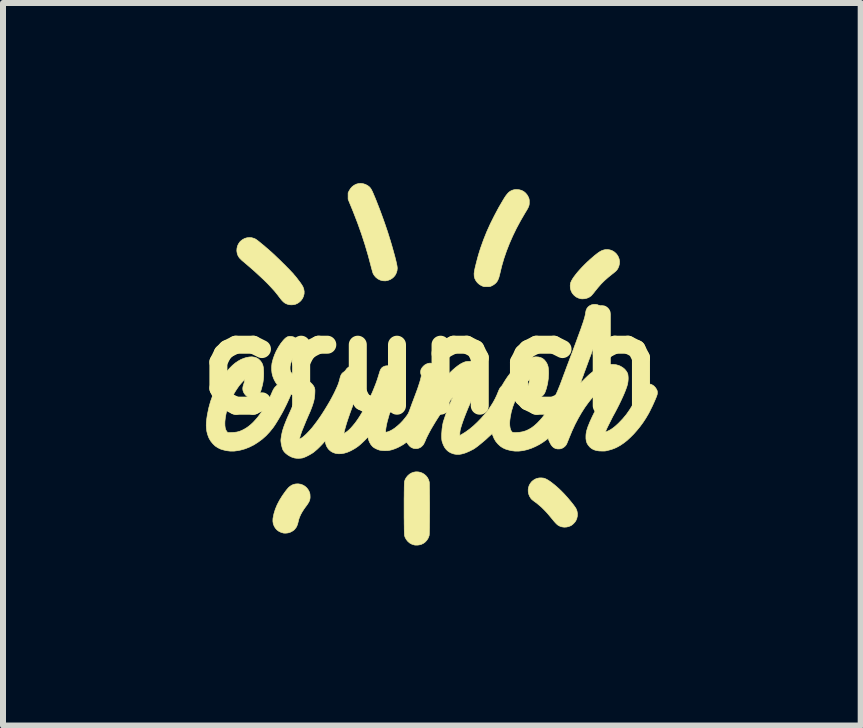
<source format=kicad_pcb>
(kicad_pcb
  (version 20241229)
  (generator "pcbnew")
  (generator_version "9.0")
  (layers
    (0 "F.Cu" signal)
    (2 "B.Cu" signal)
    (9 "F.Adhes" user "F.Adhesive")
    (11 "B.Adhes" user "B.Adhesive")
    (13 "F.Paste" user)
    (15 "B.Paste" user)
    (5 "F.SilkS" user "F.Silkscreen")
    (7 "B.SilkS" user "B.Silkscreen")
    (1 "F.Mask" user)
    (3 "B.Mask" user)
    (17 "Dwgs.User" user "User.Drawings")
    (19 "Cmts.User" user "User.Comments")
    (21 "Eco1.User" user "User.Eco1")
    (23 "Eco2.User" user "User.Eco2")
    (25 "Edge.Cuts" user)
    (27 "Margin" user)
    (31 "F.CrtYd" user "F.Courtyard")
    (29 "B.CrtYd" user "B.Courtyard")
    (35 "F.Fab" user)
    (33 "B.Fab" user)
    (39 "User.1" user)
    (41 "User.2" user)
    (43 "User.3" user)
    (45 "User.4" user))
  (footprint "crunch"
    (layer "F.Cu")
    (at 4.144 3.019)
    (property "Reference" "crunch" (at 0 0 0) (layer "F.SilkS") (effects (font (size 1.524 1.524) (thickness 0.3))))
    (attr through_hole)
    (fp_poly (pts (xy 2.967 -1.906) (xy 3.004 -1.893) (xy 3.038 -1.873) (xy 3.068 -1.847) (xy 3.092 -1.816) (xy 3.104 -1.795) (xy 3.12 -1.755) (xy 3.127 -1.714) (xy 3.125 -1.674) (xy 3.115 -1.633) (xy 3.105 -1.61) (xy 3.097 -1.593) (xy 3.087 -1.578) (xy 3.076 -1.564) (xy 3.062 -1.55) (xy 3.043 -1.534) (xy 3.02 -1.515) (xy 3.003 -1.502) (xy 2.936 -1.448) (xy 2.875 -1.394) (xy 2.819 -1.338) (xy 2.766 -1.277) (xy 2.715 -1.214) (xy 2.699 -1.193) (xy 2.683 -1.174) (xy 2.669 -1.158) (xy 2.658 -1.145) (xy 2.653 -1.14) (xy 2.621 -1.118) (xy 2.585 -1.102) (xy 2.547 -1.093) (xy 2.508 -1.09) (xy 2.482 -1.092) (xy 2.441 -1.104) (xy 2.404 -1.122) (xy 2.371 -1.148) (xy 2.344 -1.179) (xy 2.332 -1.198) (xy 2.316 -1.234) (xy 2.307 -1.272) (xy 2.305 -1.312) (xy 2.31 -1.35) (xy 2.315 -1.367) (xy 2.327 -1.393) (xy 2.344 -1.423) (xy 2.367 -1.457) (xy 2.395 -1.494) (xy 2.427 -1.534) (xy 2.463 -1.575) (xy 2.502 -1.617) (xy 2.543 -1.659) (xy 2.586 -1.701) (xy 2.629 -1.741) (xy 2.674 -1.78) (xy 2.717 -1.817) (xy 2.76 -1.85) (xy 2.776 -1.862) (xy 2.806 -1.881) (xy 2.833 -1.895) (xy 2.86 -1.904) (xy 2.89 -1.911) (xy 2.929 -1.912) (xy 2.967 -1.906)) (stroke (width 0.01) (type solid)) (fill yes) (layer "F.SilkS"))
    (fp_poly (pts (xy -2.188 1.997) (xy -2.151 2.01) (xy -2.116 2.03) (xy -2.086 2.056) (xy -2.061 2.088) (xy -2.046 2.115) (xy -2.038 2.134) (xy -2.033 2.15) (xy -2.03 2.167) (xy -2.029 2.187) (xy -2.028 2.214) (xy -2.03 2.238) (xy -2.035 2.26) (xy -2.043 2.282) (xy -2.056 2.306) (xy -2.073 2.333) (xy -2.095 2.364) (xy -2.096 2.364) (xy -2.131 2.413) (xy -2.16 2.458) (xy -2.183 2.5) (xy -2.201 2.54) (xy -2.215 2.578) (xy -2.221 2.601) (xy -2.229 2.634) (xy -2.236 2.66) (xy -2.243 2.68) (xy -2.25 2.697) (xy -2.257 2.711) (xy -2.265 2.723) (xy -2.267 2.725) (xy -2.281 2.743) (xy -2.293 2.757) (xy -2.307 2.768) (xy -2.324 2.779) (xy -2.33 2.783) (xy -2.362 2.799) (xy -2.398 2.809) (xy -2.434 2.813) (xy -2.468 2.812) (xy -2.472 2.811) (xy -2.513 2.799) (xy -2.55 2.781) (xy -2.582 2.757) (xy -2.608 2.727) (xy -2.628 2.693) (xy -2.642 2.655) (xy -2.648 2.615) (xy -2.647 2.572) (xy -2.646 2.564) (xy -2.631 2.49) (xy -2.608 2.415) (xy -2.577 2.34) (xy -2.538 2.265) (xy -2.49 2.188) (xy -2.435 2.111) (xy -2.416 2.087) (xy -2.388 2.054) (xy -2.359 2.03) (xy -2.329 2.011) (xy -2.296 1.999) (xy -2.268 1.993) (xy -2.228 1.991) (xy -2.188 1.997)) (stroke (width 0.01) (type solid)) (fill yes) (layer "F.SilkS"))
    (fp_poly (pts (xy -1.145 -3.009) (xy -1.106 -2.997) (xy -1.068 -2.977) (xy -1.058 -2.969) (xy -1.042 -2.957) (xy -1.028 -2.942) (xy -1.015 -2.924) (xy -1.002 -2.901) (xy -0.988 -2.873) (xy -0.973 -2.838) (xy -0.971 -2.833) (xy -0.938 -2.755) (xy -0.905 -2.671) (xy -0.871 -2.584) (xy -0.838 -2.495) (xy -0.806 -2.407) (xy -0.776 -2.321) (xy -0.754 -2.256) (xy -0.734 -2.197) (xy -0.715 -2.136) (xy -0.696 -2.075) (xy -0.678 -2.015) (xy -0.661 -1.957) (xy -0.645 -1.9) (xy -0.63 -1.846) (xy -0.616 -1.795) (xy -0.604 -1.748) (xy -0.594 -1.706) (xy -0.586 -1.67) (xy -0.58 -1.639) (xy -0.577 -1.615) (xy -0.576 -1.6) (xy -0.58 -1.56) (xy -0.592 -1.522) (xy -0.61 -1.486) (xy -0.635 -1.455) (xy -0.666 -1.429) (xy -0.695 -1.412) (xy -0.735 -1.397) (xy -0.774 -1.39) (xy -0.813 -1.392) (xy -0.821 -1.393) (xy -0.862 -1.404) (xy -0.899 -1.423) (xy -0.931 -1.448) (xy -0.959 -1.48) (xy -0.977 -1.51) (xy -0.981 -1.519) (xy -0.986 -1.535) (xy -0.992 -1.556) (xy -0.999 -1.581) (xy -1.007 -1.61) (xy -1.012 -1.63) (xy -1.06 -1.811) (xy -1.113 -1.991) (xy -1.172 -2.172) (xy -1.237 -2.355) (xy -1.309 -2.541) (xy -1.352 -2.646) (xy -1.395 -2.75) (xy -1.395 -2.803) (xy -1.395 -2.856) (xy -1.377 -2.892) (xy -1.354 -2.929) (xy -1.327 -2.959) (xy -1.295 -2.983) (xy -1.26 -3.001) (xy -1.223 -3.011) (xy -1.184 -3.014) (xy -1.145 -3.009)) (stroke (width 0.01) (type solid)) (fill yes) (layer "F.SilkS"))
    (fp_poly (pts (xy 1.856 1.895) (xy 1.88 1.901) (xy 1.905 1.912) (xy 1.934 1.928) (xy 1.968 1.95) (xy 2.004 1.977) (xy 2.042 2.007) (xy 2.082 2.041) (xy 2.122 2.077) (xy 2.162 2.116) (xy 2.201 2.156) (xy 2.205 2.16) (xy 2.233 2.191) (xy 2.261 2.222) (xy 2.288 2.254) (xy 2.315 2.286) (xy 2.339 2.316) (xy 2.361 2.344) (xy 2.379 2.369) (xy 2.393 2.389) (xy 2.402 2.404) (xy 2.402 2.404) (xy 2.418 2.444) (xy 2.425 2.485) (xy 2.424 2.527) (xy 2.415 2.568) (xy 2.401 2.601) (xy 2.388 2.622) (xy 2.37 2.643) (xy 2.349 2.664) (xy 2.327 2.681) (xy 2.316 2.688) (xy 2.281 2.702) (xy 2.243 2.711) (xy 2.204 2.713) (xy 2.168 2.708) (xy 2.164 2.707) (xy 2.141 2.7) (xy 2.119 2.69) (xy 2.099 2.678) (xy 2.08 2.662) (xy 2.059 2.641) (xy 2.036 2.615) (xy 2.019 2.594) (xy 1.974 2.54) (xy 1.934 2.492) (xy 1.895 2.449) (xy 1.858 2.411) (xy 1.822 2.376) (xy 1.784 2.344) (xy 1.746 2.312) (xy 1.704 2.282) (xy 1.702 2.28) (xy 1.685 2.267) (xy 1.668 2.253) (xy 1.655 2.24) (xy 1.651 2.235) (xy 1.629 2.2) (xy 1.614 2.163) (xy 1.606 2.125) (xy 1.605 2.087) (xy 1.611 2.05) (xy 1.623 2.014) (xy 1.642 1.982) (xy 1.666 1.952) (xy 1.696 1.928) (xy 1.731 1.908) (xy 1.752 1.901) (xy 1.786 1.893) (xy 1.821 1.892) (xy 1.856 1.895)) (stroke (width 0.01) (type solid)) (fill yes) (layer "F.SilkS"))
    (fp_poly (pts (xy -0.229 1.792) (xy -0.193 1.799) (xy -0.159 1.812) (xy -0.127 1.831) (xy -0.098 1.856) (xy -0.074 1.886) (xy -0.055 1.921) (xy -0.045 1.954) (xy -0.043 1.962) (xy -0.042 1.979) (xy -0.041 2.003) (xy -0.041 2.033) (xy -0.04 2.068) (xy -0.039 2.109) (xy -0.039 2.153) (xy -0.038 2.201) (xy -0.038 2.252) (xy -0.037 2.305) (xy -0.037 2.359) (xy -0.037 2.413) (xy -0.037 2.468) (xy -0.038 2.521) (xy -0.038 2.573) (xy -0.038 2.623) (xy -0.039 2.669) (xy -0.039 2.712) (xy -0.04 2.751) (xy -0.041 2.784) (xy -0.042 2.812) (xy -0.043 2.832) (xy -0.044 2.846) (xy -0.044 2.85) (xy -0.059 2.891) (xy -0.08 2.926) (xy -0.107 2.957) (xy -0.138 2.981) (xy -0.174 2.999) (xy -0.214 3.009) (xy -0.239 3.012) (xy -0.258 3.012) (xy -0.276 3.012) (xy -0.289 3.01) (xy -0.29 3.01) (xy -0.332 2.997) (xy -0.369 2.977) (xy -0.4 2.95) (xy -0.426 2.918) (xy -0.446 2.881) (xy -0.455 2.853) (xy -0.456 2.844) (xy -0.457 2.828) (xy -0.458 2.805) (xy -0.459 2.775) (xy -0.46 2.74) (xy -0.46 2.7) (xy -0.461 2.655) (xy -0.461 2.608) (xy -0.462 2.557) (xy -0.462 2.504) (xy -0.462 2.45) (xy -0.462 2.396) (xy -0.462 2.341) (xy -0.462 2.287) (xy -0.462 2.235) (xy -0.461 2.185) (xy -0.461 2.138) (xy -0.46 2.094) (xy -0.46 2.055) (xy -0.459 2.021) (xy -0.458 1.993) (xy -0.457 1.971) (xy -0.456 1.956) (xy -0.455 1.95) (xy -0.444 1.918) (xy -0.427 1.888) (xy -0.404 1.859) (xy -0.402 1.857) (xy -0.372 1.83) (xy -0.338 1.81) (xy -0.302 1.797) (xy -0.266 1.791) (xy -0.229 1.792)) (stroke (width 0.01) (type solid)) (fill yes) (layer "F.SilkS"))
    (fp_poly (pts (xy -3 -2.109) (xy -2.96 -2.097) (xy -2.938 -2.087) (xy -2.926 -2.079) (xy -2.909 -2.067) (xy -2.887 -2.05) (xy -2.86 -2.028) (xy -2.83 -2.003) (xy -2.796 -1.976) (xy -2.761 -1.945) (xy -2.723 -1.913) (xy -2.685 -1.879) (xy -2.673 -1.869) (xy -2.647 -1.845) (xy -2.617 -1.817) (xy -2.585 -1.786) (xy -2.55 -1.753) (xy -2.514 -1.718) (xy -2.478 -1.682) (xy -2.442 -1.647) (xy -2.408 -1.612) (xy -2.376 -1.58) (xy -2.348 -1.55) (xy -2.323 -1.524) (xy -2.304 -1.503) (xy -2.299 -1.496) (xy -2.273 -1.466) (xy -2.248 -1.435) (xy -2.224 -1.403) (xy -2.201 -1.373) (xy -2.181 -1.345) (xy -2.165 -1.321) (xy -2.153 -1.301) (xy -2.148 -1.293) (xy -2.134 -1.254) (xy -2.127 -1.214) (xy -2.128 -1.174) (xy -2.138 -1.135) (xy -2.154 -1.098) (xy -2.178 -1.065) (xy -2.188 -1.054) (xy -2.217 -1.029) (xy -2.245 -1.012) (xy -2.276 -0.999) (xy -2.284 -0.997) (xy -2.308 -0.993) (xy -2.336 -0.991) (xy -2.364 -0.992) (xy -2.388 -0.996) (xy -2.392 -0.997) (xy -2.421 -1.007) (xy -2.447 -1.02) (xy -2.472 -1.039) (xy -2.496 -1.063) (xy -2.521 -1.093) (xy -2.534 -1.111) (xy -2.574 -1.163) (xy -2.62 -1.22) (xy -2.674 -1.279) (xy -2.734 -1.343) (xy -2.801 -1.409) (xy -2.875 -1.478) (xy -2.954 -1.551) (xy -3.039 -1.625) (xy -3.13 -1.703) (xy -3.146 -1.716) (xy -3.165 -1.732) (xy -3.182 -1.749) (xy -3.197 -1.764) (xy -3.208 -1.776) (xy -3.209 -1.777) (xy -3.23 -1.812) (xy -3.243 -1.85) (xy -3.249 -1.889) (xy -3.247 -1.928) (xy -3.239 -1.966) (xy -3.223 -2.003) (xy -3.2 -2.037) (xy -3.187 -2.051) (xy -3.154 -2.077) (xy -3.118 -2.097) (xy -3.08 -2.108) (xy -3.04 -2.112) (xy -3 -2.109)) (stroke (width 0.01) (type solid)) (fill yes) (layer "F.SilkS"))
    (fp_poly (pts (xy 1.456 -2.908) (xy 1.496 -2.897) (xy 1.532 -2.878) (xy 1.563 -2.852) (xy 1.589 -2.82) (xy 1.61 -2.782) (xy 1.613 -2.774) (xy 1.618 -2.76) (xy 1.621 -2.747) (xy 1.623 -2.731) (xy 1.623 -2.709) (xy 1.623 -2.703) (xy 1.623 -2.684) (xy 1.622 -2.668) (xy 1.62 -2.653) (xy 1.615 -2.637) (xy 1.609 -2.621) (xy 1.6 -2.602) (xy 1.588 -2.58) (xy 1.572 -2.553) (xy 1.554 -2.524) (xy 1.478 -2.393) (xy 1.409 -2.265) (xy 1.348 -2.139) (xy 1.293 -2.014) (xy 1.244 -1.889) (xy 1.201 -1.764) (xy 1.164 -1.637) (xy 1.133 -1.508) (xy 1.128 -1.488) (xy 1.116 -1.443) (xy 1.101 -1.406) (xy 1.083 -1.374) (xy 1.059 -1.348) (xy 1.031 -1.326) (xy 1.004 -1.311) (xy 0.988 -1.303) (xy 0.976 -1.298) (xy 0.964 -1.295) (xy 0.95 -1.294) (xy 0.932 -1.293) (xy 0.924 -1.293) (xy 0.904 -1.293) (xy 0.886 -1.293) (xy 0.873 -1.293) (xy 0.868 -1.294) (xy 0.859 -1.297) (xy 0.846 -1.302) (xy 0.829 -1.309) (xy 0.823 -1.312) (xy 0.788 -1.334) (xy 0.758 -1.361) (xy 0.734 -1.393) (xy 0.716 -1.428) (xy 0.706 -1.466) (xy 0.704 -1.506) (xy 0.704 -1.513) (xy 0.707 -1.536) (xy 0.712 -1.566) (xy 0.719 -1.602) (xy 0.729 -1.643) (xy 0.74 -1.687) (xy 0.752 -1.734) (xy 0.765 -1.783) (xy 0.779 -1.832) (xy 0.794 -1.881) (xy 0.809 -1.928) (xy 0.815 -1.946) (xy 0.862 -2.077) (xy 0.915 -2.209) (xy 0.975 -2.342) (xy 1.042 -2.476) (xy 1.115 -2.613) (xy 1.191 -2.743) (xy 1.215 -2.782) (xy 1.237 -2.814) (xy 1.258 -2.84) (xy 1.277 -2.861) (xy 1.297 -2.877) (xy 1.318 -2.89) (xy 1.341 -2.9) (xy 1.359 -2.906) (xy 1.375 -2.909) (xy 1.395 -2.912) (xy 1.414 -2.912) (xy 1.456 -2.908)) (stroke (width 0.01) (type solid)) (fill yes) (layer "F.SilkS"))
    (fp_poly (pts (xy 2.755 -0.994) (xy 2.766 -0.99) (xy 2.796 -0.976) (xy 2.821 -0.958) (xy 2.841 -0.936) (xy 2.855 -0.909) (xy 2.863 -0.878) (xy 2.867 -0.842) (xy 2.864 -0.8) (xy 2.857 -0.753) (xy 2.844 -0.7) (xy 2.826 -0.641) (xy 2.809 -0.593) (xy 2.804 -0.58) (xy 2.797 -0.56) (xy 2.787 -0.534) (xy 2.775 -0.501) (xy 2.761 -0.463) (xy 2.745 -0.42) (xy 2.728 -0.373) (xy 2.709 -0.323) (xy 2.69 -0.269) (xy 2.669 -0.213) (xy 2.648 -0.156) (xy 2.631 -0.112) (xy 2.61 -0.055) (xy 2.59 0.000316) (xy 2.571 0.052) (xy 2.553 0.101) (xy 2.536 0.146) (xy 2.522 0.187) (xy 2.508 0.223) (xy 2.497 0.253) (xy 2.488 0.278) (xy 2.482 0.296) (xy 2.478 0.307) (xy 2.477 0.311) (xy 2.479 0.308) (xy 2.487 0.301) (xy 2.5 0.289) (xy 2.515 0.274) (xy 2.534 0.255) (xy 2.547 0.242) (xy 2.589 0.201) (xy 2.627 0.166) (xy 2.663 0.137) (xy 2.698 0.111) (xy 2.734 0.088) (xy 2.771 0.067) (xy 2.789 0.057) (xy 2.847 0.031) (xy 2.905 0.013) (xy 2.961 0.003) (xy 3.015 0.001) (xy 3.066 0.006) (xy 3.116 0.02) (xy 3.143 0.032) (xy 3.18 0.054) (xy 3.213 0.081) (xy 3.239 0.113) (xy 3.259 0.147) (xy 3.261 0.152) (xy 3.266 0.172) (xy 3.269 0.198) (xy 3.271 0.227) (xy 3.27 0.259) (xy 3.267 0.29) (xy 3.262 0.319) (xy 3.261 0.327) (xy 3.249 0.369) (xy 3.232 0.417) (xy 3.211 0.471) (xy 3.185 0.531) (xy 3.155 0.596) (xy 3.122 0.665) (xy 3.085 0.738) (xy 3.045 0.814) (xy 3.034 0.834) (xy 3.02 0.859) (xy 3.005 0.888) (xy 2.989 0.92) (xy 2.973 0.952) (xy 2.957 0.984) (xy 2.941 1.015) (xy 2.927 1.044) (xy 2.915 1.069) (xy 2.906 1.09) (xy 2.899 1.105) (xy 2.898 1.11) (xy 2.895 1.118) (xy 2.895 1.123) (xy 2.898 1.125) (xy 2.905 1.124) (xy 2.918 1.118) (xy 2.937 1.109) (xy 2.946 1.105) (xy 2.975 1.09) (xy 3.002 1.072) (xy 3.03 1.052) (xy 3.06 1.027) (xy 3.093 0.997) (xy 3.115 0.976) (xy 3.18 0.908) (xy 3.24 0.836) (xy 3.294 0.759) (xy 3.344 0.678) (xy 3.389 0.59) (xy 3.431 0.495) (xy 3.442 0.468) (xy 3.45 0.449) (xy 3.458 0.43) (xy 3.465 0.415) (xy 3.469 0.409) (xy 3.486 0.386) (xy 3.508 0.364) (xy 3.532 0.345) (xy 3.54 0.341) (xy 3.551 0.335) (xy 3.561 0.331) (xy 3.572 0.329) (xy 3.588 0.328) (xy 3.603 0.328) (xy 3.623 0.329) (xy 3.638 0.33) (xy 3.65 0.333) (xy 3.662 0.338) (xy 3.667 0.34) (xy 3.698 0.36) (xy 3.723 0.386) (xy 3.742 0.415) (xy 3.75 0.431) (xy 3.755 0.445) (xy 3.756 0.459) (xy 3.757 0.472) (xy 3.756 0.484) (xy 3.755 0.495) (xy 3.753 0.506) (xy 3.748 0.52) (xy 3.742 0.538) (xy 3.732 0.562) (xy 3.73 0.567) (xy 3.713 0.607) (xy 3.693 0.652) (xy 3.672 0.698) (xy 3.649 0.744) (xy 3.628 0.787) (xy 3.608 0.825) (xy 3.606 0.828) (xy 3.564 0.899) (xy 3.518 0.969) (xy 3.468 1.037) (xy 3.416 1.101) (xy 3.362 1.162) (xy 3.307 1.217) (xy 3.252 1.268) (xy 3.197 1.311) (xy 3.144 1.347) (xy 3.139 1.35) (xy 3.104 1.37) (xy 3.072 1.387) (xy 3.039 1.401) (xy 3.004 1.414) (xy 2.964 1.426) (xy 2.944 1.431) (xy 2.922 1.437) (xy 2.904 1.441) (xy 2.887 1.444) (xy 2.868 1.445) (xy 2.845 1.445) (xy 2.836 1.445) (xy 2.785 1.443) (xy 2.74 1.436) (xy 2.701 1.424) (xy 2.666 1.406) (xy 2.636 1.383) (xy 2.63 1.376) (xy 2.604 1.346) (xy 2.585 1.314) (xy 2.573 1.278) (xy 2.567 1.238) (xy 2.567 1.194) (xy 2.568 1.171) (xy 2.571 1.147) (xy 2.576 1.122) (xy 2.582 1.096) (xy 2.591 1.068) (xy 2.601 1.037) (xy 2.615 1.003) (xy 2.63 0.965) (xy 2.649 0.923) (xy 2.67 0.877) (xy 2.695 0.826) (xy 2.723 0.77) (xy 2.754 0.707) (xy 2.789 0.639) (xy 2.829 0.563) (xy 2.829 0.562) (xy 2.848 0.527) (xy 2.865 0.493) (xy 2.881 0.461) (xy 2.895 0.433) (xy 2.907 0.409) (xy 2.916 0.39) (xy 2.922 0.377) (xy 2.924 0.374) (xy 2.93 0.358) (xy 2.936 0.343) (xy 2.941 0.333) (xy 2.945 0.325) (xy 2.944 0.322) (xy 2.939 0.323) (xy 2.938 0.323) (xy 2.919 0.331) (xy 2.896 0.345) (xy 2.869 0.364) (xy 2.839 0.389) (xy 2.806 0.417) (xy 2.772 0.45) (xy 2.737 0.486) (xy 2.702 0.524) (xy 2.667 0.563) (xy 2.633 0.605) (xy 2.609 0.635) (xy 2.549 0.718) (xy 2.492 0.807) (xy 2.438 0.901) (xy 2.385 1.002) (xy 2.335 1.11) (xy 2.287 1.226) (xy 2.276 1.254) (xy 2.264 1.283) (xy 2.255 1.305) (xy 2.248 1.322) (xy 2.241 1.335) (xy 2.235 1.345) (xy 2.228 1.354) (xy 2.223 1.36) (xy 2.196 1.384) (xy 2.167 1.4) (xy 2.135 1.409) (xy 2.133 1.409) (xy 2.096 1.41) (xy 2.063 1.404) (xy 2.034 1.39) (xy 2.008 1.369) (xy 1.986 1.34) (xy 1.967 1.306) (xy 1.958 1.287) (xy 1.95 1.269) (xy 1.945 1.255) (xy 1.943 1.249) (xy 1.938 1.233) (xy 1.912 1.254) (xy 1.854 1.296) (xy 1.792 1.335) (xy 1.726 1.369) (xy 1.659 1.398) (xy 1.593 1.42) (xy 1.587 1.422) (xy 1.517 1.438) (xy 1.45 1.446) (xy 1.385 1.446) (xy 1.321 1.438) (xy 1.258 1.422) (xy 1.222 1.41) (xy 1.18 1.39) (xy 1.141 1.364) (xy 1.104 1.33) (xy 1.1 1.326) (xy 1.065 1.284) (xy 1.038 1.239) (xy 1.019 1.194) (xy 1.013 1.178) (xy 1.008 1.165) (xy 1.005 1.157) (xy 1.005 1.156) (xy 1.001 1.158) (xy 0.993 1.166) (xy 0.98 1.177) (xy 0.965 1.191) (xy 0.947 1.207) (xy 0.898 1.253) (xy 0.848 1.295) (xy 0.801 1.334) (xy 0.757 1.369) (xy 0.717 1.398) (xy 0.712 1.401) (xy 0.69 1.415) (xy 0.662 1.429) (xy 0.631 1.445) (xy 0.599 1.459) (xy 0.569 1.472) (xy 0.543 1.481) (xy 0.496 1.494) (xy 0.453 1.501) (xy 0.413 1.501) (xy 0.374 1.495) (xy 0.352 1.489) (xy 0.31 1.473) (xy 0.273 1.45) (xy 0.241 1.421) (xy 0.214 1.386) (xy 0.192 1.344) (xy 0.174 1.295) (xy 0.17 1.282) (xy 0.166 1.259) (xy 0.164 1.23) (xy 0.163 1.195) (xy 0.164 1.157) (xy 0.167 1.117) (xy 0.17 1.076) (xy 0.176 1.036) (xy 0.182 0.998) (xy 0.189 0.965) (xy 0.192 0.955) (xy 0.208 0.905) (xy 0.227 0.848) (xy 0.249 0.787) (xy 0.275 0.723) (xy 0.302 0.656) (xy 0.321 0.612) (xy 0.33 0.592) (xy 0.337 0.574) (xy 0.343 0.561) (xy 0.345 0.553) (xy 0.345 0.551) (xy 0.343 0.554) (xy 0.335 0.563) (xy 0.324 0.577) (xy 0.311 0.595) (xy 0.294 0.616) (xy 0.277 0.64) (xy 0.258 0.665) (xy 0.239 0.691) (xy 0.22 0.717) (xy 0.202 0.742) (xy 0.186 0.765) (xy 0.179 0.775) (xy 0.139 0.834) (xy 0.099 0.895) (xy 0.061 0.955) (xy 0.025 1.015) (xy -0.009 1.072) (xy -0.039 1.127) (xy -0.065 1.177) (xy -0.088 1.223) (xy -0.102 1.255) (xy -0.114 1.284) (xy -0.125 1.307) (xy -0.134 1.325) (xy -0.143 1.339) (xy -0.152 1.351) (xy -0.156 1.355) (xy -0.182 1.379) (xy -0.213 1.395) (xy -0.245 1.404) (xy -0.28 1.404) (xy -0.309 1.399) (xy -0.333 1.389) (xy -0.355 1.376) (xy -0.375 1.358) (xy -0.395 1.333) (xy -0.406 1.318) (xy -0.421 1.296) (xy -0.436 1.308) (xy -0.476 1.336) (xy -0.521 1.362) (xy -0.569 1.387) (xy -0.617 1.407) (xy -0.664 1.423) (xy -0.706 1.433) (xy -0.732 1.437) (xy -0.764 1.438) (xy -0.797 1.438) (xy -0.829 1.436) (xy -0.858 1.432) (xy -0.874 1.429) (xy -0.902 1.419) (xy -0.93 1.407) (xy -0.956 1.393) (xy -0.978 1.378) (xy -0.988 1.369) (xy -1.016 1.336) (xy -1.038 1.298) (xy -1.054 1.258) (xy -1.059 1.236) (xy -1.064 1.211) (xy -1.121 1.269) (xy -1.16 1.306) (xy -1.195 1.338) (xy -1.229 1.366) (xy -1.265 1.391) (xy -1.297 1.411) (xy -1.352 1.441) (xy -1.405 1.464) (xy -1.457 1.48) (xy -1.507 1.489) (xy -1.555 1.49) (xy -1.599 1.485) (xy -1.64 1.472) (xy -1.678 1.452) (xy -1.711 1.424) (xy -1.712 1.424) (xy -1.735 1.395) (xy -1.755 1.361) (xy -1.768 1.324) (xy -1.771 1.311) (xy -1.775 1.296) (xy -1.777 1.285) (xy -1.779 1.28) (xy -1.779 1.28) (xy -1.782 1.283) (xy -1.79 1.29) (xy -1.8 1.302) (xy -1.808 1.311) (xy -1.83 1.335) (xy -1.855 1.361) (xy -1.882 1.388) (xy -1.91 1.415) (xy -1.937 1.438) (xy -1.961 1.458) (xy -1.98 1.473) (xy -2.008 1.49) (xy -2.038 1.508) (xy -2.069 1.524) (xy -2.099 1.539) (xy -2.126 1.55) (xy -2.148 1.558) (xy -2.154 1.56) (xy -2.185 1.564) (xy -2.219 1.566) (xy -2.254 1.565) (xy -2.286 1.561) (xy -2.297 1.558) (xy -2.334 1.546) (xy -2.37 1.528) (xy -2.404 1.507) (xy -2.434 1.483) (xy -2.459 1.458) (xy -2.477 1.431) (xy -2.481 1.425) (xy -2.488 1.405) (xy -2.496 1.38) (xy -2.503 1.351) (xy -2.509 1.322) (xy -2.513 1.295) (xy -2.515 1.273) (xy -2.515 1.272) (xy -2.514 1.249) (xy -2.51 1.22) (xy -2.505 1.187) (xy -2.498 1.152) (xy -2.49 1.117) (xy -2.481 1.085) (xy -2.48 1.083) (xy -2.469 1.048) (xy -2.454 1.007) (xy -2.437 0.964) (xy -2.419 0.919) (xy -2.4 0.875) (xy -2.387 0.847) (xy -2.371 0.811) (xy -2.354 0.774) (xy -2.338 0.736) (xy -2.322 0.699) (xy -2.307 0.664) (xy -2.294 0.632) (xy -2.282 0.604) (xy -2.274 0.581) (xy -2.268 0.565) (xy -2.268 0.563) (xy -2.257 0.53) (xy -2.3 0.515) (xy -2.321 0.507) (xy -2.335 0.503) (xy -2.343 0.501) (xy -2.348 0.5) (xy -2.349 0.502) (xy -2.349 0.504) (xy -2.351 0.51) (xy -2.356 0.523) (xy -2.364 0.541) (xy -2.373 0.563) (xy -2.385 0.588) (xy -2.397 0.615) (xy -2.41 0.643) (xy -2.423 0.671) (xy -2.436 0.697) (xy -2.448 0.721) (xy -2.448 0.721) (xy -2.471 0.767) (xy -2.497 0.815) (xy -2.525 0.864) (xy -2.553 0.912) (xy -2.581 0.958) (xy -2.607 1) (xy -2.632 1.037) (xy -2.647 1.058) (xy -2.702 1.126) (xy -2.761 1.189) (xy -2.825 1.246) (xy -2.893 1.296) (xy -2.963 1.341) (xy -3.037 1.378) (xy -3.112 1.408) (xy -3.188 1.429) (xy -3.227 1.437) (xy -3.294 1.446) (xy -3.36 1.446) (xy -3.425 1.438) (xy -3.489 1.422) (xy -3.524 1.41) (xy -3.568 1.388) (xy -3.61 1.36) (xy -3.647 1.324) (xy -3.68 1.284) (xy -3.708 1.239) (xy -3.723 1.205) (xy -3.738 1.161) (xy -3.749 1.116) (xy -3.755 1.068) (xy -3.758 1.017) (xy -3.756 0.962) (xy -3.749 0.901) (xy -3.74 0.841) (xy -3.717 0.729) (xy -3.687 0.62) (xy -3.649 0.514) (xy -3.603 0.412) (xy -3.551 0.314) (xy -3.492 0.221) (xy -3.427 0.133) (xy -3.417 0.121) (xy -3.369 0.065) (xy -3.321 0.017) (xy -3.273 -0.023) (xy -3.224 -0.056) (xy -3.175 -0.083) (xy -3.123 -0.103) (xy -3.091 -0.113) (xy -3.042 -0.122) (xy -2.997 -0.125) (xy -2.956 -0.119) (xy -2.919 -0.107) (xy -2.887 -0.088) (xy -2.859 -0.061) (xy -2.854 -0.055) (xy -2.837 -0.032) (xy -2.824 -0.008) (xy -2.815 0.017) (xy -2.808 0.046) (xy -2.804 0.08) (xy -2.802 0.119) (xy -2.801 0.15) (xy -2.802 0.202) (xy -2.806 0.249) (xy -2.812 0.295) (xy -2.821 0.342) (xy -2.835 0.393) (xy -2.839 0.409) (xy -2.85 0.444) (xy -2.862 0.472) (xy -2.876 0.495) (xy -2.891 0.514) (xy -2.897 0.52) (xy -2.919 0.539) (xy -2.94 0.551) (xy -2.962 0.559) (xy -2.988 0.562) (xy -2.989 0.562) (xy -3.019 0.561) (xy -3.044 0.555) (xy -3.068 0.543) (xy -3.092 0.524) (xy -3.098 0.518) (xy -3.123 0.489) (xy -3.139 0.459) (xy -3.148 0.429) (xy -3.15 0.396) (xy -3.144 0.361) (xy -3.137 0.339) (xy -3.128 0.312) (xy -3.122 0.289) (xy -3.117 0.271) (xy -3.115 0.259) (xy -3.115 0.254) (xy -3.116 0.254) (xy -3.12 0.257) (xy -3.129 0.265) (xy -3.141 0.278) (xy -3.155 0.293) (xy -3.171 0.31) (xy -3.186 0.328) (xy -3.2 0.344) (xy -3.212 0.359) (xy -3.215 0.363) (xy -3.242 0.402) (xy -3.271 0.446) (xy -3.299 0.493) (xy -3.326 0.541) (xy -3.349 0.587) (xy -3.364 0.618) (xy -3.39 0.685) (xy -3.411 0.753) (xy -3.428 0.821) (xy -3.44 0.887) (xy -3.447 0.95) (xy -3.448 0.982) (xy -3.447 1.021) (xy -3.443 1.053) (xy -3.437 1.079) (xy -3.428 1.1) (xy -3.416 1.118) (xy -3.415 1.119) (xy -3.401 1.136) (xy -3.344 1.136) (xy -3.293 1.134) (xy -3.247 1.128) (xy -3.202 1.116) (xy -3.159 1.098) (xy -3.114 1.074) (xy -3.083 1.055) (xy -3.05 1.031) (xy -3.013 1.001) (xy -2.976 0.966) (xy -2.94 0.927) (xy -2.905 0.887) (xy -2.901 0.882) (xy -2.86 0.827) (xy -2.819 0.767) (xy -2.779 0.701) (xy -2.74 0.632) (xy -2.704 0.561) (xy -2.673 0.493) (xy -2.659 0.46) (xy -2.647 0.434) (xy -2.636 0.413) (xy -2.625 0.397) (xy -2.615 0.383) (xy -2.603 0.371) (xy -2.598 0.366) (xy -2.573 0.342) (xy -2.591 0.318) (xy -2.609 0.29) (xy -2.627 0.256) (xy -2.642 0.22) (xy -2.655 0.184) (xy -2.657 0.175) (xy -2.664 0.14) (xy -2.668 0.1) (xy -2.669 0.058) (xy -2.667 0.018) (xy -2.663 -0.019) (xy -2.661 -0.025) (xy -2.644 -0.091) (xy -2.62 -0.158) (xy -2.591 -0.223) (xy -2.556 -0.286) (xy -2.518 -0.345) (xy -2.476 -0.398) (xy -2.456 -0.42) (xy -2.429 -0.444) (xy -2.401 -0.46) (xy -2.372 -0.467) (xy -2.341 -0.466) (xy -2.307 -0.457) (xy -2.288 -0.449) (xy -2.258 -0.431) (xy -2.234 -0.406) (xy -2.217 -0.377) (xy -2.207 -0.344) (xy -2.206 -0.34) (xy -2.205 -0.304) (xy -2.212 -0.268) (xy -2.227 -0.232) (xy -2.25 -0.196) (xy -2.256 -0.187) (xy -2.271 -0.167) (xy -2.288 -0.143) (xy -2.304 -0.117) (xy -2.318 -0.092) (xy -2.329 -0.07) (xy -2.332 -0.065) (xy -2.346 -0.028) (xy -2.356 0.005) (xy -2.361 0.035) (xy -2.362 0.063) (xy -2.361 0.09) (xy -2.357 0.111) (xy -2.349 0.129) (xy -2.336 0.146) (xy -2.323 0.159) (xy -2.309 0.172) (xy -2.294 0.184) (xy -2.279 0.193) (xy -2.261 0.202) (xy -2.239 0.211) (xy -2.212 0.22) (xy -2.179 0.231) (xy -2.157 0.237) (xy -2.12 0.249) (xy -2.089 0.261) (xy -2.063 0.273) (xy -2.041 0.287) (xy -2.02 0.305) (xy -2.006 0.317) (xy -1.983 0.343) (xy -1.966 0.368) (xy -1.955 0.392) (xy -1.949 0.418) (xy -1.948 0.428) (xy -1.948 0.451) (xy -1.949 0.48) (xy -1.951 0.513) (xy -1.955 0.546) (xy -1.959 0.577) (xy -1.965 0.604) (xy -1.966 0.612) (xy -1.974 0.638) (xy -1.984 0.67) (xy -1.996 0.705) (xy -2.01 0.742) (xy -2.024 0.778) (xy -2.038 0.811) (xy -2.045 0.826) (xy -2.056 0.851) (xy -2.07 0.883) (xy -2.085 0.918) (xy -2.101 0.955) (xy -2.116 0.993) (xy -2.132 1.031) (xy -2.146 1.066) (xy -2.159 1.097) (xy -2.169 1.124) (xy -2.174 1.138) (xy -2.183 1.164) (xy -2.191 1.188) (xy -2.197 1.21) (xy -2.201 1.227) (xy -2.202 1.239) (xy -2.201 1.244) (xy -2.201 1.245) (xy -2.196 1.242) (xy -2.186 1.236) (xy -2.172 1.228) (xy -2.162 1.222) (xy -2.141 1.206) (xy -2.117 1.185) (xy -2.09 1.16) (xy -2.062 1.131) (xy -2.033 1.1) (xy -2.005 1.068) (xy -1.996 1.058) (xy -1.956 1.007) (xy -1.913 0.95) (xy -1.869 0.888) (xy -1.825 0.822) (xy -1.782 0.754) (xy -1.74 0.685) (xy -1.7 0.617) (xy -1.664 0.551) (xy -1.631 0.488) (xy -1.604 0.432) (xy -1.594 0.409) (xy -1.584 0.388) (xy -1.576 0.37) (xy -1.57 0.356) (xy -1.569 0.353) (xy -1.558 0.326) (xy -1.547 0.292) (xy -1.536 0.253) (xy -1.532 0.236) (xy -1.523 0.203) (xy -1.512 0.177) (xy -1.499 0.156) (xy -1.481 0.138) (xy -1.464 0.126) (xy -1.443 0.107) (xy -1.431 0.091) (xy -1.413 0.067) (xy -1.389 0.048) (xy -1.361 0.034) (xy -1.33 0.027) (xy -1.297 0.026) (xy -1.264 0.031) (xy -1.231 0.042) (xy -1.201 0.059) (xy -1.178 0.08) (xy -1.16 0.106) (xy -1.149 0.137) (xy -1.144 0.172) (xy -1.146 0.208) (xy -1.147 0.214) (xy -1.152 0.235) (xy -1.158 0.26) (xy -1.168 0.29) (xy -1.18 0.326) (xy -1.195 0.368) (xy -1.213 0.416) (xy -1.235 0.472) (xy -1.24 0.487) (xy -1.269 0.563) (xy -1.296 0.631) (xy -1.319 0.693) (xy -1.34 0.749) (xy -1.359 0.8) (xy -1.375 0.846) (xy -1.39 0.889) (xy -1.403 0.928) (xy -1.415 0.964) (xy -1.426 0.999) (xy -1.435 1.031) (xy -1.446 1.069) (xy -1.454 1.1) (xy -1.46 1.124) (xy -1.463 1.14) (xy -1.463 1.149) (xy -1.463 1.151) (xy -1.458 1.149) (xy -1.449 1.144) (xy -1.436 1.136) (xy -1.424 1.128) (xy -1.391 1.102) (xy -1.356 1.069) (xy -1.319 1.027) (xy -1.279 0.979) (xy -1.238 0.922) (xy -1.238 0.922) (xy -1.203 0.869) (xy -1.167 0.81) (xy -1.13 0.746) (xy -1.093 0.677) (xy -1.056 0.605) (xy -1.021 0.532) (xy -0.988 0.459) (xy -0.958 0.386) (xy -0.931 0.317) (xy -0.908 0.252) (xy -0.898 0.22) (xy -0.89 0.195) (xy -0.882 0.168) (xy -0.874 0.144) (xy -0.868 0.124) (xy -0.868 0.123) (xy -0.858 0.095) (xy -0.846 0.074) (xy -0.833 0.058) (xy -0.816 0.045) (xy -0.803 0.038) (xy -0.791 0.033) (xy -0.781 0.029) (xy -0.77 0.027) (xy -0.755 0.025) (xy -0.735 0.024) (xy -0.721 0.023) (xy -0.698 0.022) (xy -0.681 0.022) (xy -0.668 0.023) (xy -0.657 0.025) (xy -0.647 0.028) (xy -0.642 0.03) (xy -0.609 0.046) (xy -0.582 0.07) (xy -0.558 0.101) (xy -0.539 0.139) (xy -0.537 0.144) (xy -0.53 0.17) (xy -0.528 0.202) (xy -0.529 0.238) (xy -0.535 0.277) (xy -0.539 0.297) (xy -0.542 0.31) (xy -0.548 0.329) (xy -0.556 0.355) (xy -0.566 0.387) (xy -0.577 0.422) (xy -0.589 0.461) (xy -0.603 0.502) (xy -0.616 0.545) (xy -0.622 0.562) (xy -0.646 0.636) (xy -0.668 0.703) (xy -0.687 0.763) (xy -0.704 0.817) (xy -0.718 0.865) (xy -0.73 0.908) (xy -0.741 0.946) (xy -0.749 0.98) (xy -0.756 1.011) (xy -0.761 1.038) (xy -0.765 1.063) (xy -0.768 1.085) (xy -0.769 1.097) (xy -0.77 1.115) (xy -0.769 1.125) (xy -0.765 1.13) (xy -0.756 1.13) (xy -0.741 1.126) (xy -0.732 1.124) (xy -0.695 1.109) (xy -0.654 1.087) (xy -0.613 1.059) (xy -0.57 1.024) (xy -0.527 0.985) (xy -0.485 0.941) (xy -0.445 0.893) (xy -0.422 0.863) (xy -0.411 0.848) (xy -0.403 0.835) (xy -0.395 0.823) (xy -0.389 0.81) (xy -0.382 0.794) (xy -0.374 0.774) (xy -0.365 0.749) (xy -0.36 0.735) (xy -0.349 0.706) (xy -0.337 0.673) (xy -0.325 0.639) (xy -0.312 0.607) (xy -0.307 0.593) (xy -0.28 0.521) (xy -0.256 0.457) (xy -0.235 0.399) (xy -0.218 0.347) (xy -0.203 0.301) (xy -0.191 0.26) (xy -0.182 0.223) (xy -0.18 0.215) (xy -0.177 0.199) (xy -0.176 0.188) (xy -0.177 0.18) (xy -0.18 0.17) (xy -0.185 0.152) (xy -0.187 0.13) (xy -0.185 0.107) (xy -0.181 0.088) (xy -0.18 0.086) (xy -0.164 0.058) (xy -0.143 0.033) (xy -0.118 0.011) (xy -0.09 -0.005) (xy -0.06 -0.016) (xy -0.031 -0.02) (xy -0.02 -0.019) (xy 0.016 -0.012) (xy 0.046 0.001) (xy 0.071 0.02) (xy 0.075 0.023) (xy 0.094 0.046) (xy 0.109 0.069) (xy 0.119 0.096) (xy 0.125 0.127) (xy 0.128 0.165) (xy 0.128 0.18) (xy 0.126 0.213) (xy 0.123 0.249) (xy 0.117 0.286) (xy 0.11 0.321) (xy 0.101 0.351) (xy 0.1 0.355) (xy 0.096 0.365) (xy 0.095 0.372) (xy 0.095 0.373) (xy 0.098 0.369) (xy 0.105 0.361) (xy 0.116 0.348) (xy 0.129 0.333) (xy 0.131 0.329) (xy 0.188 0.261) (xy 0.243 0.2) (xy 0.295 0.145) (xy 0.345 0.097) (xy 0.392 0.056) (xy 0.436 0.022) (xy 0.476 -0.005) (xy 0.506 -0.021) (xy 0.532 -0.033) (xy 0.554 -0.041) (xy 0.575 -0.046) (xy 0.596 -0.048) (xy 0.622 -0.049) (xy 0.622 -0.049) (xy 0.643 -0.049) (xy 0.657 -0.048) (xy 0.668 -0.046) (xy 0.678 -0.042) (xy 0.69 -0.036) (xy 0.694 -0.034) (xy 0.729 -0.011) (xy 0.758 0.018) (xy 0.781 0.052) (xy 0.786 0.062) (xy 0.793 0.078) (xy 0.798 0.092) (xy 0.801 0.105) (xy 0.802 0.121) (xy 0.803 0.14) (xy 0.802 0.19) (xy 0.794 0.244) (xy 0.778 0.304) (xy 0.776 0.309) (xy 0.769 0.332) (xy 0.758 0.361) (xy 0.743 0.398) (xy 0.726 0.441) (xy 0.706 0.49) (xy 0.682 0.545) (xy 0.656 0.606) (xy 0.639 0.646) (xy 0.604 0.727) (xy 0.573 0.803) (xy 0.545 0.874) (xy 0.521 0.939) (xy 0.501 0.997) (xy 0.485 1.048) (xy 0.474 1.088) (xy 0.47 1.11) (xy 0.467 1.134) (xy 0.466 1.153) (xy 0.466 1.186) (xy 0.49 1.172) (xy 0.557 1.131) (xy 0.624 1.083) (xy 0.692 1.027) (xy 0.758 0.965) (xy 0.823 0.898) (xy 0.886 0.826) (xy 0.946 0.749) (xy 0.95 0.744) (xy 0.987 0.689) (xy 1.023 0.631) (xy 1.056 0.57) (xy 1.084 0.51) (xy 1.104 0.461) (xy 1.116 0.432) (xy 1.127 0.409) (xy 1.138 0.391) (xy 1.15 0.376) (xy 1.156 0.37) (xy 1.166 0.359) (xy 1.174 0.347) (xy 1.176 0.345) (xy 1.183 0.331) (xy 1.195 0.312) (xy 1.209 0.289) (xy 1.224 0.265) (xy 1.24 0.24) (xy 1.255 0.218) (xy 1.268 0.199) (xy 1.27 0.197) (xy 1.321 0.13) (xy 1.372 0.071) (xy 1.422 0.02) (xy 1.473 -0.023) (xy 1.524 -0.058) (xy 1.576 -0.085) (xy 1.628 -0.105) (xy 1.635 -0.108) (xy 1.686 -0.12) (xy 1.733 -0.125) (xy 1.775 -0.122) (xy 1.812 -0.113) (xy 1.846 -0.097) (xy 1.875 -0.073) (xy 1.9 -0.042) (xy 1.922 -0.004) (xy 1.922 -0.004) (xy 1.93 0.018) (xy 1.937 0.042) (xy 1.941 0.07) (xy 1.944 0.103) (xy 1.945 0.142) (xy 1.945 0.155) (xy 1.94 0.239) (xy 1.928 0.323) (xy 1.907 0.405) (xy 1.892 0.45) (xy 1.883 0.472) (xy 1.874 0.489) (xy 1.863 0.504) (xy 1.856 0.512) (xy 1.832 0.534) (xy 1.808 0.55) (xy 1.782 0.559) (xy 1.757 0.562) (xy 1.727 0.561) (xy 1.7 0.555) (xy 1.676 0.542) (xy 1.652 0.522) (xy 1.648 0.518) (xy 1.622 0.488) (xy 1.605 0.456) (xy 1.597 0.423) (xy 1.596 0.388) (xy 1.604 0.353) (xy 1.604 0.352) (xy 1.61 0.334) (xy 1.616 0.314) (xy 1.622 0.294) (xy 1.626 0.277) (xy 1.629 0.265) (xy 1.63 0.259) (xy 1.629 0.256) (xy 1.626 0.257) (xy 1.62 0.262) (xy 1.611 0.271) (xy 1.597 0.285) (xy 1.579 0.305) (xy 1.574 0.311) (xy 1.553 0.336) (xy 1.529 0.367) (xy 1.505 0.401) (xy 1.48 0.438) (xy 1.457 0.474) (xy 1.436 0.508) (xy 1.425 0.529) (xy 1.383 0.616) (xy 1.349 0.705) (xy 1.323 0.794) (xy 1.306 0.882) (xy 1.299 0.935) (xy 1.296 0.979) (xy 1.298 1.02) (xy 1.303 1.056) (xy 1.311 1.087) (xy 1.323 1.111) (xy 1.334 1.124) (xy 1.339 1.129) (xy 1.344 1.132) (xy 1.351 1.134) (xy 1.361 1.135) (xy 1.375 1.136) (xy 1.396 1.136) (xy 1.402 1.136) (xy 1.457 1.133) (xy 1.51 1.124) (xy 1.561 1.109) (xy 1.611 1.087) (xy 1.66 1.058) (xy 1.708 1.022) (xy 1.757 0.978) (xy 1.806 0.926) (xy 1.84 0.887) (xy 1.883 0.831) (xy 1.927 0.766) (xy 1.97 0.695) (xy 2.012 0.617) (xy 2.054 0.534) (xy 2.094 0.445) (xy 2.132 0.352) (xy 2.155 0.292) (xy 2.163 0.27) (xy 2.174 0.241) (xy 2.187 0.205) (xy 2.202 0.165) (xy 2.219 0.12) (xy 2.237 0.071) (xy 2.256 0.02) (xy 2.276 -0.032) (xy 2.296 -0.086) (xy 2.316 -0.139) (xy 2.318 -0.144) (xy 2.35 -0.229) (xy 2.379 -0.307) (xy 2.405 -0.377) (xy 2.428 -0.441) (xy 2.449 -0.498) (xy 2.468 -0.55) (xy 2.485 -0.596) (xy 2.499 -0.638) (xy 2.512 -0.675) (xy 2.523 -0.707) (xy 2.532 -0.736) (xy 2.539 -0.761) (xy 2.546 -0.784) (xy 2.551 -0.804) (xy 2.555 -0.822) (xy 2.558 -0.838) (xy 2.56 -0.853) (xy 2.561 -0.86) (xy 2.569 -0.898) (xy 2.583 -0.93) (xy 2.603 -0.956) (xy 2.629 -0.976) (xy 2.66 -0.991) (xy 2.692 -0.998) (xy 2.724 -0.999) (xy 2.755 -0.994)) (stroke (width 0.01) (type solid)) (fill yes) (layer "F.SilkS")))
  (gr_rect
    (start -3 -3)
    (end 11.288 9.036)
    (stroke (width 0.1) (type default))
    (fill no)
    (layer "Edge.Cuts")))
</source>
